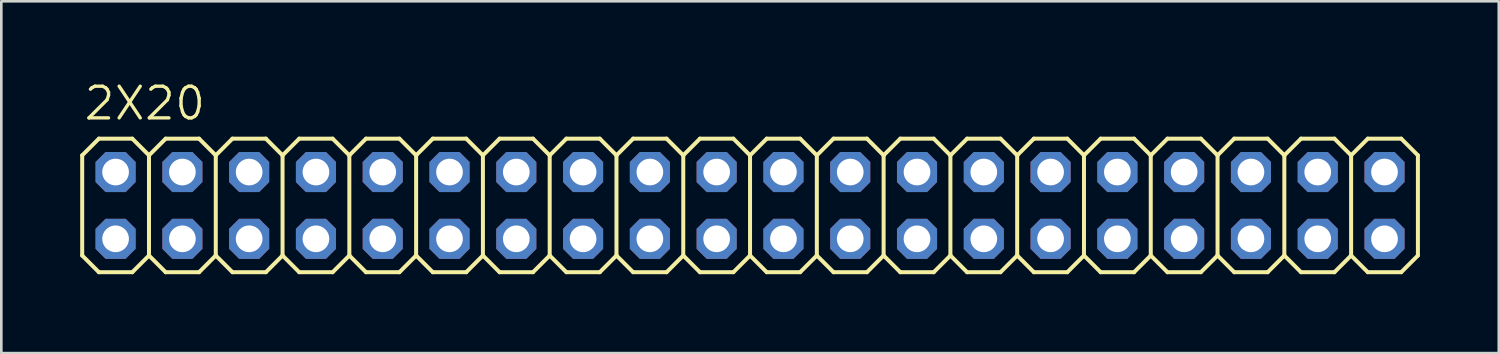
<source format=kicad_pcb>
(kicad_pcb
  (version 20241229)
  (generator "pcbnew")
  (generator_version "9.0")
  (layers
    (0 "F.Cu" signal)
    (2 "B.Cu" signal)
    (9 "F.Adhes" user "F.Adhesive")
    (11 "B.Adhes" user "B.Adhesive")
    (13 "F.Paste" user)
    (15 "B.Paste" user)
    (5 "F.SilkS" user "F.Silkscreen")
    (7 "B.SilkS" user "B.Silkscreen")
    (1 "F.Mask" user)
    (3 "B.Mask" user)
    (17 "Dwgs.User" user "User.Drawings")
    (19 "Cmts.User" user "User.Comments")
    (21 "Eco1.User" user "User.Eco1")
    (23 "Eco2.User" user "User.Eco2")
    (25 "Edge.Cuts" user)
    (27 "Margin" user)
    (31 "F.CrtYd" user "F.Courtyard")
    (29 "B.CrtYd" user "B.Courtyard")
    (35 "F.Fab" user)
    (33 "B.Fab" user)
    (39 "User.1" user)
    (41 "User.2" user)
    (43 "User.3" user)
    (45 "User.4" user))
  (footprint "2X20"
    (layer "F.Cu")
    (at 25.476 4.763)
    (property "Reference" "2X20" (at -25.4 -3.175 0) (layer "F.SilkS") (effects (font (size 1.206 1.206) (thickness 0.127)) (justify left bottom)))
    (attr through_hole)
    (fp_line (start -25.4 -1.905) (end -24.765 -2.54) (stroke (width 0.152) (type solid)) (layer "F.SilkS"))
    (fp_line (start -25.4 1.905) (end -25.4 -1.905) (stroke (width 0.152) (type solid)) (layer "F.SilkS"))
    (fp_line (start -25.4 1.905) (end -24.765 2.54) (stroke (width 0.152) (type solid)) (layer "F.SilkS"))
    (fp_line (start -24.765 -2.54) (end -23.495 -2.54) (stroke (width 0.152) (type solid)) (layer "F.SilkS"))
    (fp_line (start -24.765 2.54) (end -23.495 2.54) (stroke (width 0.152) (type solid)) (layer "F.SilkS"))
    (fp_line (start -23.495 -2.54) (end -22.86 -1.905) (stroke (width 0.152) (type solid)) (layer "F.SilkS"))
    (fp_line (start -23.495 2.54) (end -22.86 1.905) (stroke (width 0.152) (type solid)) (layer "F.SilkS"))
    (fp_line (start -22.86 -1.905) (end -22.86 1.905) (stroke (width 0.152) (type solid)) (layer "F.SilkS"))
    (fp_line (start -22.86 -1.905) (end -22.225 -2.54) (stroke (width 0.152) (type solid)) (layer "F.SilkS"))
    (fp_line (start -22.86 1.905) (end -22.225 2.54) (stroke (width 0.152) (type solid)) (layer "F.SilkS"))
    (fp_line (start -22.225 -2.54) (end -20.955 -2.54) (stroke (width 0.152) (type solid)) (layer "F.SilkS"))
    (fp_line (start -22.225 2.54) (end -20.955 2.54) (stroke (width 0.152) (type solid)) (layer "F.SilkS"))
    (fp_line (start -20.955 -2.54) (end -20.32 -1.905) (stroke (width 0.152) (type solid)) (layer "F.SilkS"))
    (fp_line (start -20.955 2.54) (end -20.32 1.905) (stroke (width 0.152) (type solid)) (layer "F.SilkS"))
    (fp_line (start -20.32 -1.905) (end -20.32 1.905) (stroke (width 0.152) (type solid)) (layer "F.SilkS"))
    (fp_line (start -20.32 -1.905) (end -19.685 -2.54) (stroke (width 0.152) (type solid)) (layer "F.SilkS"))
    (fp_line (start -20.32 1.905) (end -19.685 2.54) (stroke (width 0.152) (type solid)) (layer "F.SilkS"))
    (fp_line (start -19.685 -2.54) (end -18.415 -2.54) (stroke (width 0.152) (type solid)) (layer "F.SilkS"))
    (fp_line (start -19.685 2.54) (end -18.415 2.54) (stroke (width 0.152) (type solid)) (layer "F.SilkS"))
    (fp_line (start -18.415 -2.54) (end -17.78 -1.905) (stroke (width 0.152) (type solid)) (layer "F.SilkS"))
    (fp_line (start -18.415 2.54) (end -17.78 1.905) (stroke (width 0.152) (type solid)) (layer "F.SilkS"))
    (fp_line (start -17.78 -1.905) (end -17.78 1.905) (stroke (width 0.152) (type solid)) (layer "F.SilkS"))
    (fp_line (start -17.78 -1.905) (end -17.145 -2.54) (stroke (width 0.152) (type solid)) (layer "F.SilkS"))
    (fp_line (start -17.78 1.905) (end -17.145 2.54) (stroke (width 0.152) (type solid)) (layer "F.SilkS"))
    (fp_line (start -17.145 -2.54) (end -15.875 -2.54) (stroke (width 0.152) (type solid)) (layer "F.SilkS"))
    (fp_line (start -17.145 2.54) (end -15.875 2.54) (stroke (width 0.152) (type solid)) (layer "F.SilkS"))
    (fp_line (start -15.875 -2.54) (end -15.24 -1.905) (stroke (width 0.152) (type solid)) (layer "F.SilkS"))
    (fp_line (start -15.875 2.54) (end -15.24 1.905) (stroke (width 0.152) (type solid)) (layer "F.SilkS"))
    (fp_line (start -15.24 -1.905) (end -15.24 1.905) (stroke (width 0.152) (type solid)) (layer "F.SilkS"))
    (fp_line (start -15.24 -1.905) (end -14.605 -2.54) (stroke (width 0.152) (type solid)) (layer "F.SilkS"))
    (fp_line (start -15.24 1.905) (end -14.605 2.54) (stroke (width 0.152) (type solid)) (layer "F.SilkS"))
    (fp_line (start -14.605 -2.54) (end -13.335 -2.54) (stroke (width 0.152) (type solid)) (layer "F.SilkS"))
    (fp_line (start -14.605 2.54) (end -13.335 2.54) (stroke (width 0.152) (type solid)) (layer "F.SilkS"))
    (fp_line (start -13.335 -2.54) (end -12.7 -1.905) (stroke (width 0.152) (type solid)) (layer "F.SilkS"))
    (fp_line (start -13.335 2.54) (end -12.7 1.905) (stroke (width 0.152) (type solid)) (layer "F.SilkS"))
    (fp_line (start -12.7 -1.905) (end -12.7 1.905) (stroke (width 0.152) (type solid)) (layer "F.SilkS"))
    (fp_line (start -12.7 -1.905) (end -12.065 -2.54) (stroke (width 0.152) (type solid)) (layer "F.SilkS"))
    (fp_line (start -12.7 1.905) (end -12.065 2.54) (stroke (width 0.152) (type solid)) (layer "F.SilkS"))
    (fp_line (start -12.065 -2.54) (end -10.795 -2.54) (stroke (width 0.152) (type solid)) (layer "F.SilkS"))
    (fp_line (start -12.065 2.54) (end -10.795 2.54) (stroke (width 0.152) (type solid)) (layer "F.SilkS"))
    (fp_line (start -10.795 -2.54) (end -10.16 -1.905) (stroke (width 0.152) (type solid)) (layer "F.SilkS"))
    (fp_line (start -10.795 2.54) (end -10.16 1.905) (stroke (width 0.152) (type solid)) (layer "F.SilkS"))
    (fp_line (start -10.16 -1.905) (end -10.16 1.905) (stroke (width 0.152) (type solid)) (layer "F.SilkS"))
    (fp_line (start -10.16 -1.905) (end -9.525 -2.54) (stroke (width 0.152) (type solid)) (layer "F.SilkS"))
    (fp_line (start -10.16 1.905) (end -9.525 2.54) (stroke (width 0.152) (type solid)) (layer "F.SilkS"))
    (fp_line (start -9.525 -2.54) (end -8.255 -2.54) (stroke (width 0.152) (type solid)) (layer "F.SilkS"))
    (fp_line (start -8.255 -2.54) (end -7.62 -1.905) (stroke (width 0.152) (type solid)) (layer "F.SilkS"))
    (fp_line (start -8.255 2.54) (end -9.525 2.54) (stroke (width 0.152) (type solid)) (layer "F.SilkS"))
    (fp_line (start -7.62 -1.905) (end -7.62 1.905) (stroke (width 0.152) (type solid)) (layer "F.SilkS"))
    (fp_line (start -7.62 -1.905) (end -6.985 -2.54) (stroke (width 0.152) (type solid)) (layer "F.SilkS"))
    (fp_line (start -7.62 1.905) (end -8.255 2.54) (stroke (width 0.152) (type solid)) (layer "F.SilkS"))
    (fp_line (start -7.62 1.905) (end -6.985 2.54) (stroke (width 0.152) (type solid)) (layer "F.SilkS"))
    (fp_line (start -6.985 -2.54) (end -5.715 -2.54) (stroke (width 0.152) (type solid)) (layer "F.SilkS"))
    (fp_line (start -5.715 -2.54) (end -5.08 -1.905) (stroke (width 0.152) (type solid)) (layer "F.SilkS"))
    (fp_line (start -5.715 2.54) (end -6.985 2.54) (stroke (width 0.152) (type solid)) (layer "F.SilkS"))
    (fp_line (start -5.08 -1.905) (end -5.08 1.905) (stroke (width 0.152) (type solid)) (layer "F.SilkS"))
    (fp_line (start -5.08 -1.905) (end -4.445 -2.54) (stroke (width 0.152) (type solid)) (layer "F.SilkS"))
    (fp_line (start -5.08 1.905) (end -5.715 2.54) (stroke (width 0.152) (type solid)) (layer "F.SilkS"))
    (fp_line (start -5.08 1.905) (end -4.445 2.54) (stroke (width 0.152) (type solid)) (layer "F.SilkS"))
    (fp_line (start -4.445 -2.54) (end -3.175 -2.54) (stroke (width 0.152) (type solid)) (layer "F.SilkS"))
    (fp_line (start -3.175 -2.54) (end -2.54 -1.905) (stroke (width 0.152) (type solid)) (layer "F.SilkS"))
    (fp_line (start -3.175 2.54) (end -4.445 2.54) (stroke (width 0.152) (type solid)) (layer "F.SilkS"))
    (fp_line (start -2.54 -1.905) (end -2.54 1.905) (stroke (width 0.152) (type solid)) (layer "F.SilkS"))
    (fp_line (start -2.54 -1.905) (end -1.905 -2.54) (stroke (width 0.152) (type solid)) (layer "F.SilkS"))
    (fp_line (start -2.54 1.905) (end -3.175 2.54) (stroke (width 0.152) (type solid)) (layer "F.SilkS"))
    (fp_line (start -2.54 1.905) (end -1.905 2.54) (stroke (width 0.152) (type solid)) (layer "F.SilkS"))
    (fp_line (start -1.905 -2.54) (end -0.635 -2.54) (stroke (width 0.152) (type solid)) (layer "F.SilkS"))
    (fp_line (start -0.635 -2.54) (end 0 -1.905) (stroke (width 0.152) (type solid)) (layer "F.SilkS"))
    (fp_line (start -0.635 2.54) (end -1.905 2.54) (stroke (width 0.152) (type solid)) (layer "F.SilkS"))
    (fp_line (start 0 -1.905) (end 0 1.905) (stroke (width 0.152) (type solid)) (layer "F.SilkS"))
    (fp_line (start 0 -1.905) (end 0.635 -2.54) (stroke (width 0.152) (type solid)) (layer "F.SilkS"))
    (fp_line (start 0 1.905) (end -0.635 2.54) (stroke (width 0.152) (type solid)) (layer "F.SilkS"))
    (fp_line (start 0 1.905) (end 0.635 2.54) (stroke (width 0.152) (type solid)) (layer "F.SilkS"))
    (fp_line (start 0.635 -2.54) (end 1.905 -2.54) (stroke (width 0.152) (type solid)) (layer "F.SilkS"))
    (fp_line (start 1.905 -2.54) (end 2.54 -1.905) (stroke (width 0.152) (type solid)) (layer "F.SilkS"))
    (fp_line (start 1.905 2.54) (end 0.635 2.54) (stroke (width 0.152) (type solid)) (layer "F.SilkS"))
    (fp_line (start 2.54 -1.905) (end 2.54 1.905) (stroke (width 0.152) (type solid)) (layer "F.SilkS"))
    (fp_line (start 2.54 -1.905) (end 3.175 -2.54) (stroke (width 0.152) (type solid)) (layer "F.SilkS"))
    (fp_line (start 2.54 1.905) (end 1.905 2.54) (stroke (width 0.152) (type solid)) (layer "F.SilkS"))
    (fp_line (start 2.54 1.905) (end 3.175 2.54) (stroke (width 0.152) (type solid)) (layer "F.SilkS"))
    (fp_line (start 3.175 -2.54) (end 4.445 -2.54) (stroke (width 0.152) (type solid)) (layer "F.SilkS"))
    (fp_line (start 4.445 2.54) (end 3.175 2.54) (stroke (width 0.152) (type solid)) (layer "F.SilkS"))
    (fp_line (start 5.08 -1.905) (end 4.445 -2.54) (stroke (width 0.152) (type solid)) (layer "F.SilkS"))
    (fp_line (start 5.08 -1.905) (end 5.08 1.905) (stroke (width 0.152) (type solid)) (layer "F.SilkS"))
    (fp_line (start 5.08 -1.905) (end 5.715 -2.54) (stroke (width 0.152) (type solid)) (layer "F.SilkS"))
    (fp_line (start 5.08 1.905) (end 4.445 2.54) (stroke (width 0.152) (type solid)) (layer "F.SilkS"))
    (fp_line (start 5.08 1.905) (end 5.715 2.54) (stroke (width 0.152) (type solid)) (layer "F.SilkS"))
    (fp_line (start 6.985 -2.54) (end 5.715 -2.54) (stroke (width 0.152) (type solid)) (layer "F.SilkS"))
    (fp_line (start 6.985 -2.54) (end 7.62 -1.905) (stroke (width 0.152) (type solid)) (layer "F.SilkS"))
    (fp_line (start 6.985 2.54) (end 5.715 2.54) (stroke (width 0.152) (type solid)) (layer "F.SilkS"))
    (fp_line (start 7.62 -1.905) (end 7.62 1.905) (stroke (width 0.152) (type solid)) (layer "F.SilkS"))
    (fp_line (start 7.62 -1.905) (end 8.255 -2.54) (stroke (width 0.152) (type solid)) (layer "F.SilkS"))
    (fp_line (start 7.62 1.905) (end 6.985 2.54) (stroke (width 0.152) (type solid)) (layer "F.SilkS"))
    (fp_line (start 7.62 1.905) (end 8.255 2.54) (stroke (width 0.152) (type solid)) (layer "F.SilkS"))
    (fp_line (start 9.525 -2.54) (end 8.255 -2.54) (stroke (width 0.152) (type solid)) (layer "F.SilkS"))
    (fp_line (start 9.525 -2.54) (end 10.16 -1.905) (stroke (width 0.152) (type solid)) (layer "F.SilkS"))
    (fp_line (start 9.525 2.54) (end 8.255 2.54) (stroke (width 0.152) (type solid)) (layer "F.SilkS"))
    (fp_line (start 10.16 -1.905) (end 10.16 1.905) (stroke (width 0.152) (type solid)) (layer "F.SilkS"))
    (fp_line (start 10.16 -1.905) (end 10.795 -2.54) (stroke (width 0.152) (type solid)) (layer "F.SilkS"))
    (fp_line (start 10.16 1.905) (end 9.525 2.54) (stroke (width 0.152) (type solid)) (layer "F.SilkS"))
    (fp_line (start 10.795 2.54) (end 10.16 1.905) (stroke (width 0.152) (type solid)) (layer "F.SilkS"))
    (fp_line (start 10.795 2.54) (end 12.065 2.54) (stroke (width 0.152) (type solid)) (layer "F.SilkS"))
    (fp_line (start 12.065 -2.54) (end 10.795 -2.54) (stroke (width 0.152) (type solid)) (layer "F.SilkS"))
    (fp_line (start 12.065 -2.54) (end 12.7 -1.905) (stroke (width 0.152) (type solid)) (layer "F.SilkS"))
    (fp_line (start 12.7 -1.905) (end 12.7 1.905) (stroke (width 0.152) (type solid)) (layer "F.SilkS"))
    (fp_line (start 12.7 -1.905) (end 13.335 -2.54) (stroke (width 0.152) (type solid)) (layer "F.SilkS"))
    (fp_line (start 12.7 1.905) (end 12.065 2.54) (stroke (width 0.152) (type solid)) (layer "F.SilkS"))
    (fp_line (start 13.335 2.54) (end 12.7 1.905) (stroke (width 0.152) (type solid)) (layer "F.SilkS"))
    (fp_line (start 13.335 2.54) (end 14.605 2.54) (stroke (width 0.152) (type solid)) (layer "F.SilkS"))
    (fp_line (start 14.605 -2.54) (end 13.335 -2.54) (stroke (width 0.152) (type solid)) (layer "F.SilkS"))
    (fp_line (start 14.605 -2.54) (end 15.24 -1.905) (stroke (width 0.152) (type solid)) (layer "F.SilkS"))
    (fp_line (start 15.24 -1.905) (end 15.24 1.905) (stroke (width 0.152) (type solid)) (layer "F.SilkS"))
    (fp_line (start 15.24 -1.905) (end 15.875 -2.54) (stroke (width 0.152) (type solid)) (layer "F.SilkS"))
    (fp_line (start 15.24 1.905) (end 14.605 2.54) (stroke (width 0.152) (type solid)) (layer "F.SilkS"))
    (fp_line (start 15.24 1.905) (end 15.875 2.54) (stroke (width 0.152) (type solid)) (layer "F.SilkS"))
    (fp_line (start 17.145 -2.54) (end 15.875 -2.54) (stroke (width 0.152) (type solid)) (layer "F.SilkS"))
    (fp_line (start 17.145 -2.54) (end 17.78 -1.905) (stroke (width 0.152) (type solid)) (layer "F.SilkS"))
    (fp_line (start 17.145 2.54) (end 15.875 2.54) (stroke (width 0.152) (type solid)) (layer "F.SilkS"))
    (fp_line (start 17.78 -1.905) (end 17.78 1.905) (stroke (width 0.152) (type solid)) (layer "F.SilkS"))
    (fp_line (start 17.78 -1.905) (end 18.415 -2.54) (stroke (width 0.152) (type solid)) (layer "F.SilkS"))
    (fp_line (start 17.78 1.905) (end 17.145 2.54) (stroke (width 0.152) (type solid)) (layer "F.SilkS"))
    (fp_line (start 17.78 1.905) (end 18.415 2.54) (stroke (width 0.152) (type solid)) (layer "F.SilkS"))
    (fp_line (start 19.685 -2.54) (end 18.415 -2.54) (stroke (width 0.152) (type solid)) (layer "F.SilkS"))
    (fp_line (start 19.685 -2.54) (end 20.32 -1.905) (stroke (width 0.152) (type solid)) (layer "F.SilkS"))
    (fp_line (start 19.685 2.54) (end 18.415 2.54) (stroke (width 0.152) (type solid)) (layer "F.SilkS"))
    (fp_line (start 20.32 -1.905) (end 20.32 1.905) (stroke (width 0.152) (type solid)) (layer "F.SilkS"))
    (fp_line (start 20.32 -1.905) (end 20.955 -2.54) (stroke (width 0.152) (type solid)) (layer "F.SilkS"))
    (fp_line (start 20.32 1.905) (end 19.685 2.54) (stroke (width 0.152) (type solid)) (layer "F.SilkS"))
    (fp_line (start 20.32 1.905) (end 20.955 2.54) (stroke (width 0.152) (type solid)) (layer "F.SilkS"))
    (fp_line (start 22.225 -2.54) (end 20.955 -2.54) (stroke (width 0.152) (type solid)) (layer "F.SilkS"))
    (fp_line (start 22.225 -2.54) (end 22.86 -1.905) (stroke (width 0.152) (type solid)) (layer "F.SilkS"))
    (fp_line (start 22.225 2.54) (end 20.955 2.54) (stroke (width 0.152) (type solid)) (layer "F.SilkS"))
    (fp_line (start 22.86 -1.905) (end 22.86 1.905) (stroke (width 0.152) (type solid)) (layer "F.SilkS"))
    (fp_line (start 22.86 -1.905) (end 23.495 -2.54) (stroke (width 0.152) (type solid)) (layer "F.SilkS"))
    (fp_line (start 22.86 1.905) (end 22.225 2.54) (stroke (width 0.152) (type solid)) (layer "F.SilkS"))
    (fp_line (start 22.86 1.905) (end 23.495 2.54) (stroke (width 0.152) (type solid)) (layer "F.SilkS"))
    (fp_line (start 24.765 -2.54) (end 23.495 -2.54) (stroke (width 0.152) (type solid)) (layer "F.SilkS"))
    (fp_line (start 24.765 -2.54) (end 25.4 -1.905) (stroke (width 0.152) (type solid)) (layer "F.SilkS"))
    (fp_line (start 24.765 2.54) (end 23.495 2.54) (stroke (width 0.152) (type solid)) (layer "F.SilkS"))
    (fp_line (start 25.4 -1.905) (end 25.4 1.905) (stroke (width 0.152) (type solid)) (layer "F.SilkS"))
    (fp_line (start 25.4 1.905) (end 24.765 2.54) (stroke (width 0.152) (type solid)) (layer "F.SilkS"))
    (fp_poly (pts (xy -24.384 -1.016) (xy -23.876 -1.016) (xy -23.876 -1.524) (xy -24.384 -1.524)) (stroke (width 0.1) (type solid)) (fill no) (layer "F.Fab"))
    (fp_poly (pts (xy -24.384 1.524) (xy -23.876 1.524) (xy -23.876 1.016) (xy -24.384 1.016)) (stroke (width 0.1) (type solid)) (fill no) (layer "F.Fab"))
    (fp_poly (pts (xy -21.844 -1.016) (xy -21.336 -1.016) (xy -21.336 -1.524) (xy -21.844 -1.524)) (stroke (width 0.1) (type solid)) (fill no) (layer "F.Fab"))
    (fp_poly (pts (xy -21.844 1.524) (xy -21.336 1.524) (xy -21.336 1.016) (xy -21.844 1.016)) (stroke (width 0.1) (type solid)) (fill no) (layer "F.Fab"))
    (fp_poly (pts (xy -19.304 -1.016) (xy -18.796 -1.016) (xy -18.796 -1.524) (xy -19.304 -1.524)) (stroke (width 0.1) (type solid)) (fill no) (layer "F.Fab"))
    (fp_poly (pts (xy -19.304 1.524) (xy -18.796 1.524) (xy -18.796 1.016) (xy -19.304 1.016)) (stroke (width 0.1) (type solid)) (fill no) (layer "F.Fab"))
    (fp_poly (pts (xy -16.764 -1.016) (xy -16.256 -1.016) (xy -16.256 -1.524) (xy -16.764 -1.524)) (stroke (width 0.1) (type solid)) (fill no) (layer "F.Fab"))
    (fp_poly (pts (xy -16.764 1.524) (xy -16.256 1.524) (xy -16.256 1.016) (xy -16.764 1.016)) (stroke (width 0.1) (type solid)) (fill no) (layer "F.Fab"))
    (fp_poly (pts (xy -14.224 -1.016) (xy -13.716 -1.016) (xy -13.716 -1.524) (xy -14.224 -1.524)) (stroke (width 0.1) (type solid)) (fill no) (layer "F.Fab"))
    (fp_poly (pts (xy -14.224 1.524) (xy -13.716 1.524) (xy -13.716 1.016) (xy -14.224 1.016)) (stroke (width 0.1) (type solid)) (fill no) (layer "F.Fab"))
    (fp_poly (pts (xy -11.684 -1.016) (xy -11.176 -1.016) (xy -11.176 -1.524) (xy -11.684 -1.524)) (stroke (width 0.1) (type solid)) (fill no) (layer "F.Fab"))
    (fp_poly (pts (xy -11.684 1.524) (xy -11.176 1.524) (xy -11.176 1.016) (xy -11.684 1.016)) (stroke (width 0.1) (type solid)) (fill no) (layer "F.Fab"))
    (fp_poly (pts (xy -9.144 -1.016) (xy -8.636 -1.016) (xy -8.636 -1.524) (xy -9.144 -1.524)) (stroke (width 0.1) (type solid)) (fill no) (layer "F.Fab"))
    (fp_poly (pts (xy -9.144 1.524) (xy -8.636 1.524) (xy -8.636 1.016) (xy -9.144 1.016)) (stroke (width 0.1) (type solid)) (fill no) (layer "F.Fab"))
    (fp_poly (pts (xy -6.604 -1.016) (xy -6.096 -1.016) (xy -6.096 -1.524) (xy -6.604 -1.524)) (stroke (width 0.1) (type solid)) (fill no) (layer "F.Fab"))
    (fp_poly (pts (xy -6.604 1.524) (xy -6.096 1.524) (xy -6.096 1.016) (xy -6.604 1.016)) (stroke (width 0.1) (type solid)) (fill no) (layer "F.Fab"))
    (fp_poly (pts (xy -4.064 -1.016) (xy -3.556 -1.016) (xy -3.556 -1.524) (xy -4.064 -1.524)) (stroke (width 0.1) (type solid)) (fill no) (layer "F.Fab"))
    (fp_poly (pts (xy -4.064 1.524) (xy -3.556 1.524) (xy -3.556 1.016) (xy -4.064 1.016)) (stroke (width 0.1) (type solid)) (fill no) (layer "F.Fab"))
    (fp_poly (pts (xy -1.524 -1.016) (xy -1.016 -1.016) (xy -1.016 -1.524) (xy -1.524 -1.524)) (stroke (width 0.1) (type solid)) (fill no) (layer "F.Fab"))
    (fp_poly (pts (xy -1.524 1.524) (xy -1.016 1.524) (xy -1.016 1.016) (xy -1.524 1.016)) (stroke (width 0.1) (type solid)) (fill no) (layer "F.Fab"))
    (fp_poly (pts (xy 1.016 -1.016) (xy 1.524 -1.016) (xy 1.524 -1.524) (xy 1.016 -1.524)) (stroke (width 0.1) (type solid)) (fill no) (layer "F.Fab"))
    (fp_poly (pts (xy 1.016 1.524) (xy 1.524 1.524) (xy 1.524 1.016) (xy 1.016 1.016)) (stroke (width 0.1) (type solid)) (fill no) (layer "F.Fab"))
    (fp_poly (pts (xy 3.556 -1.016) (xy 4.064 -1.016) (xy 4.064 -1.524) (xy 3.556 -1.524)) (stroke (width 0.1) (type solid)) (fill no) (layer "F.Fab"))
    (fp_poly (pts (xy 3.556 1.524) (xy 4.064 1.524) (xy 4.064 1.016) (xy 3.556 1.016)) (stroke (width 0.1) (type solid)) (fill no) (layer "F.Fab"))
    (fp_poly (pts (xy 6.096 -1.016) (xy 6.604 -1.016) (xy 6.604 -1.524) (xy 6.096 -1.524)) (stroke (width 0.1) (type solid)) (fill no) (layer "F.Fab"))
    (fp_poly (pts (xy 6.096 1.524) (xy 6.604 1.524) (xy 6.604 1.016) (xy 6.096 1.016)) (stroke (width 0.1) (type solid)) (fill no) (layer "F.Fab"))
    (fp_poly (pts (xy 8.636 -1.016) (xy 9.144 -1.016) (xy 9.144 -1.524) (xy 8.636 -1.524)) (stroke (width 0.1) (type solid)) (fill no) (layer "F.Fab"))
    (fp_poly (pts (xy 8.636 1.524) (xy 9.144 1.524) (xy 9.144 1.016) (xy 8.636 1.016)) (stroke (width 0.1) (type solid)) (fill no) (layer "F.Fab"))
    (fp_poly (pts (xy 11.176 -1.016) (xy 11.684 -1.016) (xy 11.684 -1.524) (xy 11.176 -1.524)) (stroke (width 0.1) (type solid)) (fill no) (layer "F.Fab"))
    (fp_poly (pts (xy 11.176 1.524) (xy 11.684 1.524) (xy 11.684 1.016) (xy 11.176 1.016)) (stroke (width 0.1) (type solid)) (fill no) (layer "F.Fab"))
    (fp_poly (pts (xy 13.716 -1.016) (xy 14.224 -1.016) (xy 14.224 -1.524) (xy 13.716 -1.524)) (stroke (width 0.1) (type solid)) (fill no) (layer "F.Fab"))
    (fp_poly (pts (xy 13.716 1.524) (xy 14.224 1.524) (xy 14.224 1.016) (xy 13.716 1.016)) (stroke (width 0.1) (type solid)) (fill no) (layer "F.Fab"))
    (fp_poly (pts (xy 16.256 -1.016) (xy 16.764 -1.016) (xy 16.764 -1.524) (xy 16.256 -1.524)) (stroke (width 0.1) (type solid)) (fill no) (layer "F.Fab"))
    (fp_poly (pts (xy 16.256 1.524) (xy 16.764 1.524) (xy 16.764 1.016) (xy 16.256 1.016)) (stroke (width 0.1) (type solid)) (fill no) (layer "F.Fab"))
    (fp_poly (pts (xy 18.796 -1.016) (xy 19.304 -1.016) (xy 19.304 -1.524) (xy 18.796 -1.524)) (stroke (width 0.1) (type solid)) (fill no) (layer "F.Fab"))
    (fp_poly (pts (xy 18.796 1.524) (xy 19.304 1.524) (xy 19.304 1.016) (xy 18.796 1.016)) (stroke (width 0.1) (type solid)) (fill no) (layer "F.Fab"))
    (fp_poly (pts (xy 21.336 -1.016) (xy 21.844 -1.016) (xy 21.844 -1.524) (xy 21.336 -1.524)) (stroke (width 0.1) (type solid)) (fill no) (layer "F.Fab"))
    (fp_poly (pts (xy 21.336 1.524) (xy 21.844 1.524) (xy 21.844 1.016) (xy 21.336 1.016)) (stroke (width 0.1) (type solid)) (fill no) (layer "F.Fab"))
    (fp_poly (pts (xy 23.876 -1.016) (xy 24.384 -1.016) (xy 24.384 -1.524) (xy 23.876 -1.524)) (stroke (width 0.1) (type solid)) (fill no) (layer "F.Fab"))
    (fp_poly (pts (xy 23.876 1.524) (xy 24.384 1.524) (xy 24.384 1.016) (xy 23.876 1.016)) (stroke (width 0.1) (type solid)) (fill no) (layer "F.Fab"))
    (pad "1" thru_hole roundrect (at -24.13 1.27) (size 1.524 1.524) (drill 1.016) (layers "*.Cu" "*.Mask") (roundrect_rratio 0.25) (chamfer_ratio 0.25) (chamfer top_left top_right bottom_left bottom_right))
    (pad "2" thru_hole roundrect (at -24.13 -1.27) (size 1.524 1.524) (drill 1.016) (layers "*.Cu" "*.Mask") (roundrect_rratio 0.25) (chamfer_ratio 0.25) (chamfer top_left top_right bottom_left bottom_right))
    (pad "3" thru_hole roundrect (at -21.59 1.27) (size 1.524 1.524) (drill 1.016) (layers "*.Cu" "*.Mask") (roundrect_rratio 0.25) (chamfer_ratio 0.25) (chamfer top_left top_right bottom_left bottom_right))
    (pad "4" thru_hole roundrect (at -21.59 -1.27) (size 1.524 1.524) (drill 1.016) (layers "*.Cu" "*.Mask") (roundrect_rratio 0.25) (chamfer_ratio 0.25) (chamfer top_left top_right bottom_left bottom_right))
    (pad "5" thru_hole roundrect (at -19.05 1.27) (size 1.524 1.524) (drill 1.016) (layers "*.Cu" "*.Mask") (roundrect_rratio 0.25) (chamfer_ratio 0.25) (chamfer top_left top_right bottom_left bottom_right))
    (pad "6" thru_hole roundrect (at -19.05 -1.27) (size 1.524 1.524) (drill 1.016) (layers "*.Cu" "*.Mask") (roundrect_rratio 0.25) (chamfer_ratio 0.25) (chamfer top_left top_right bottom_left bottom_right))
    (pad "7" thru_hole roundrect (at -16.51 1.27) (size 1.524 1.524) (drill 1.016) (layers "*.Cu" "*.Mask") (roundrect_rratio 0.25) (chamfer_ratio 0.25) (chamfer top_left top_right bottom_left bottom_right))
    (pad "8" thru_hole roundrect (at -16.51 -1.27) (size 1.524 1.524) (drill 1.016) (layers "*.Cu" "*.Mask") (roundrect_rratio 0.25) (chamfer_ratio 0.25) (chamfer top_left top_right bottom_left bottom_right))
    (pad "9" thru_hole roundrect (at -13.97 1.27) (size 1.524 1.524) (drill 1.016) (layers "*.Cu" "*.Mask") (roundrect_rratio 0.25) (chamfer_ratio 0.25) (chamfer top_left top_right bottom_left bottom_right))
    (pad "10" thru_hole roundrect (at -13.97 -1.27) (size 1.524 1.524) (drill 1.016) (layers "*.Cu" "*.Mask") (roundrect_rratio 0.25) (chamfer_ratio 0.25) (chamfer top_left top_right bottom_left bottom_right))
    (pad "11" thru_hole roundrect (at -11.43 1.27) (size 1.524 1.524) (drill 1.016) (layers "*.Cu" "*.Mask") (roundrect_rratio 0.25) (chamfer_ratio 0.25) (chamfer top_left top_right bottom_left bottom_right))
    (pad "12" thru_hole roundrect (at -11.43 -1.27) (size 1.524 1.524) (drill 1.016) (layers "*.Cu" "*.Mask") (roundrect_rratio 0.25) (chamfer_ratio 0.25) (chamfer top_left top_right bottom_left bottom_right))
    (pad "13" thru_hole roundrect (at -8.89 1.27) (size 1.524 1.524) (drill 1.016) (layers "*.Cu" "*.Mask") (roundrect_rratio 0.25) (chamfer_ratio 0.25) (chamfer top_left top_right bottom_left bottom_right))
    (pad "14" thru_hole roundrect (at -8.89 -1.27) (size 1.524 1.524) (drill 1.016) (layers "*.Cu" "*.Mask") (roundrect_rratio 0.25) (chamfer_ratio 0.25) (chamfer top_left top_right bottom_left bottom_right))
    (pad "15" thru_hole roundrect (at -6.35 1.27) (size 1.524 1.524) (drill 1.016) (layers "*.Cu" "*.Mask") (roundrect_rratio 0.25) (chamfer_ratio 0.25) (chamfer top_left top_right bottom_left bottom_right))
    (pad "16" thru_hole roundrect (at -6.35 -1.27) (size 1.524 1.524) (drill 1.016) (layers "*.Cu" "*.Mask") (roundrect_rratio 0.25) (chamfer_ratio 0.25) (chamfer top_left top_right bottom_left bottom_right))
    (pad "17" thru_hole roundrect (at -3.81 1.27) (size 1.524 1.524) (drill 1.016) (layers "*.Cu" "*.Mask") (roundrect_rratio 0.25) (chamfer_ratio 0.25) (chamfer top_left top_right bottom_left bottom_right))
    (pad "18" thru_hole roundrect (at -3.81 -1.27) (size 1.524 1.524) (drill 1.016) (layers "*.Cu" "*.Mask") (roundrect_rratio 0.25) (chamfer_ratio 0.25) (chamfer top_left top_right bottom_left bottom_right))
    (pad "19" thru_hole roundrect (at -1.27 1.27) (size 1.524 1.524) (drill 1.016) (layers "*.Cu" "*.Mask") (roundrect_rratio 0.25) (chamfer_ratio 0.25) (chamfer top_left top_right bottom_left bottom_right))
    (pad "20" thru_hole roundrect (at -1.27 -1.27) (size 1.524 1.524) (drill 1.016) (layers "*.Cu" "*.Mask") (roundrect_rratio 0.25) (chamfer_ratio 0.25) (chamfer top_left top_right bottom_left bottom_right))
    (pad "21" thru_hole roundrect (at 1.27 1.27) (size 1.524 1.524) (drill 1.016) (layers "*.Cu" "*.Mask") (roundrect_rratio 0.25) (chamfer_ratio 0.25) (chamfer top_left top_right bottom_left bottom_right))
    (pad "22" thru_hole roundrect (at 1.27 -1.27) (size 1.524 1.524) (drill 1.016) (layers "*.Cu" "*.Mask") (roundrect_rratio 0.25) (chamfer_ratio 0.25) (chamfer top_left top_right bottom_left bottom_right))
    (pad "23" thru_hole roundrect (at 3.81 1.27) (size 1.524 1.524) (drill 1.016) (layers "*.Cu" "*.Mask") (roundrect_rratio 0.25) (chamfer_ratio 0.25) (chamfer top_left top_right bottom_left bottom_right))
    (pad "24" thru_hole roundrect (at 3.81 -1.27) (size 1.524 1.524) (drill 1.016) (layers "*.Cu" "*.Mask") (roundrect_rratio 0.25) (chamfer_ratio 0.25) (chamfer top_left top_right bottom_left bottom_right))
    (pad "25" thru_hole roundrect (at 6.35 1.27) (size 1.524 1.524) (drill 1.016) (layers "*.Cu" "*.Mask") (roundrect_rratio 0.25) (chamfer_ratio 0.25) (chamfer top_left top_right bottom_left bottom_right))
    (pad "26" thru_hole roundrect (at 6.35 -1.27) (size 1.524 1.524) (drill 1.016) (layers "*.Cu" "*.Mask") (roundrect_rratio 0.25) (chamfer_ratio 0.25) (chamfer top_left top_right bottom_left bottom_right))
    (pad "27" thru_hole roundrect (at 8.89 1.27) (size 1.524 1.524) (drill 1.016) (layers "*.Cu" "*.Mask") (roundrect_rratio 0.25) (chamfer_ratio 0.25) (chamfer top_left top_right bottom_left bottom_right))
    (pad "28" thru_hole roundrect (at 8.89 -1.27) (size 1.524 1.524) (drill 1.016) (layers "*.Cu" "*.Mask") (roundrect_rratio 0.25) (chamfer_ratio 0.25) (chamfer top_left top_right bottom_left bottom_right))
    (pad "29" thru_hole roundrect (at 11.43 1.27) (size 1.524 1.524) (drill 1.016) (layers "*.Cu" "*.Mask") (roundrect_rratio 0.25) (chamfer_ratio 0.25) (chamfer top_left top_right bottom_left bottom_right))
    (pad "30" thru_hole roundrect (at 11.43 -1.27) (size 1.524 1.524) (drill 1.016) (layers "*.Cu" "*.Mask") (roundrect_rratio 0.25) (chamfer_ratio 0.25) (chamfer top_left top_right bottom_left bottom_right))
    (pad "31" thru_hole roundrect (at 13.97 1.27) (size 1.524 1.524) (drill 1.016) (layers "*.Cu" "*.Mask") (roundrect_rratio 0.25) (chamfer_ratio 0.25) (chamfer top_left top_right bottom_left bottom_right))
    (pad "32" thru_hole roundrect (at 13.97 -1.27) (size 1.524 1.524) (drill 1.016) (layers "*.Cu" "*.Mask") (roundrect_rratio 0.25) (chamfer_ratio 0.25) (chamfer top_left top_right bottom_left bottom_right))
    (pad "33" thru_hole roundrect (at 16.51 1.27) (size 1.524 1.524) (drill 1.016) (layers "*.Cu" "*.Mask") (roundrect_rratio 0.25) (chamfer_ratio 0.25) (chamfer top_left top_right bottom_left bottom_right))
    (pad "34" thru_hole roundrect (at 16.51 -1.27) (size 1.524 1.524) (drill 1.016) (layers "*.Cu" "*.Mask") (roundrect_rratio 0.25) (chamfer_ratio 0.25) (chamfer top_left top_right bottom_left bottom_right))
    (pad "35" thru_hole roundrect (at 19.05 1.27) (size 1.524 1.524) (drill 1.016) (layers "*.Cu" "*.Mask") (roundrect_rratio 0.25) (chamfer_ratio 0.25) (chamfer top_left top_right bottom_left bottom_right))
    (pad "36" thru_hole roundrect (at 19.05 -1.27) (size 1.524 1.524) (drill 1.016) (layers "*.Cu" "*.Mask") (roundrect_rratio 0.25) (chamfer_ratio 0.25) (chamfer top_left top_right bottom_left bottom_right))
    (pad "37" thru_hole roundrect (at 21.59 1.27) (size 1.524 1.524) (drill 1.016) (layers "*.Cu" "*.Mask") (roundrect_rratio 0.25) (chamfer_ratio 0.25) (chamfer top_left top_right bottom_left bottom_right))
    (pad "38" thru_hole roundrect (at 21.59 -1.27) (size 1.524 1.524) (drill 1.016) (layers "*.Cu" "*.Mask") (roundrect_rratio 0.25) (chamfer_ratio 0.25) (chamfer top_left top_right bottom_left bottom_right))
    (pad "39" thru_hole roundrect (at 24.13 1.27) (size 1.524 1.524) (drill 1.016) (layers "*.Cu" "*.Mask") (roundrect_rratio 0.25) (chamfer_ratio 0.25) (chamfer top_left top_right bottom_left bottom_right))
    (pad "40" thru_hole roundrect (at 24.13 -1.27) (size 1.524 1.524) (drill 1.016) (layers "*.Cu" "*.Mask") (roundrect_rratio 0.25) (chamfer_ratio 0.25) (chamfer top_left top_right bottom_left bottom_right)))
  (gr_rect
    (start -3 -3)
    (end 53.952 10.379)
    (stroke (width 0.1) (type default))
    (fill no)
    (layer "Edge.Cuts")))
</source>
